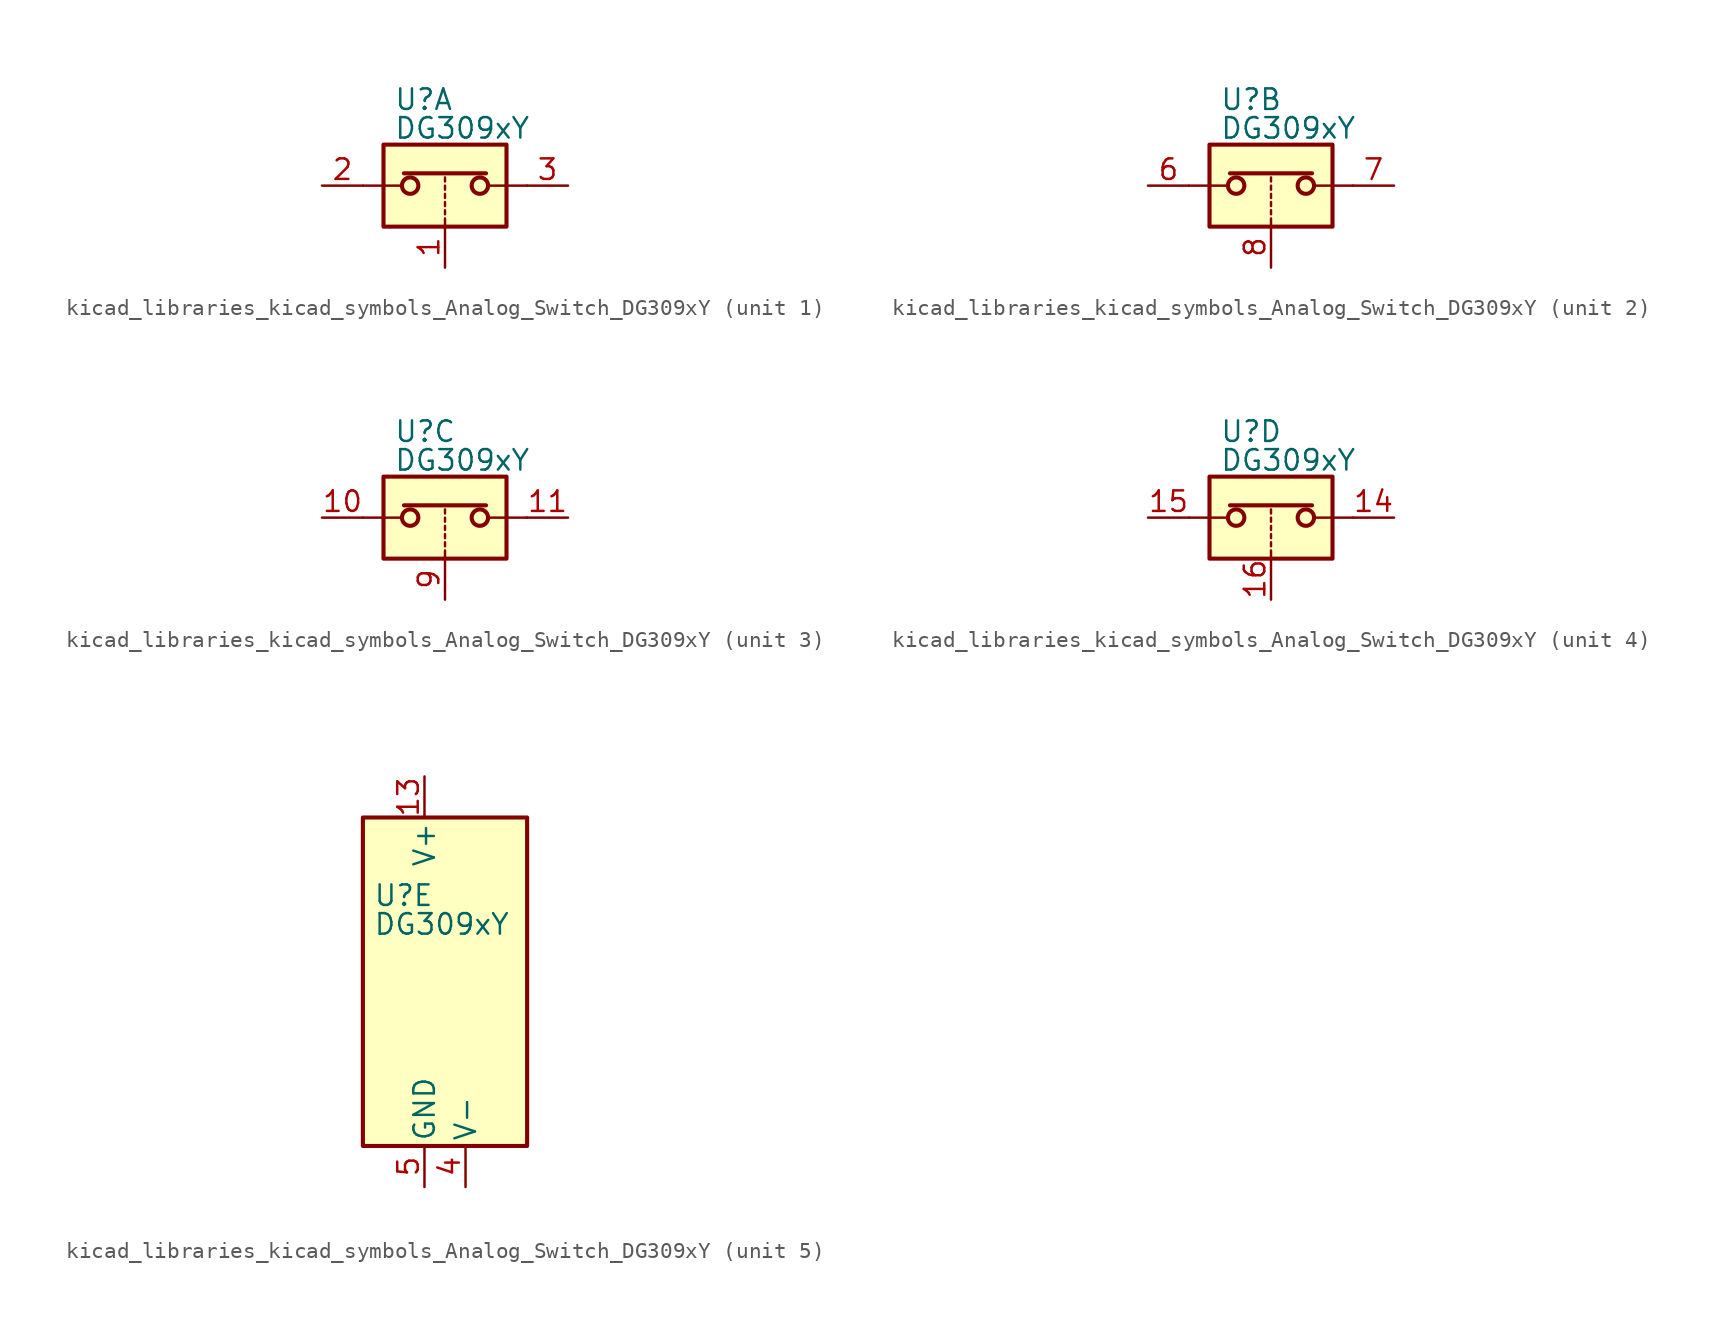
<source format=kicad_sym>
(kicad_symbol_lib
  (version 20220914)
  (generator kicad_symbol_editor)
  (symbol "kicad_libraries_kicad_symbols_Analog_Switch_DG309xY"
    (pin_names
      (offset 0.254))
    (property "Reference" "U"
      (at -3.175 5.334 0)
      (effects (font (size 1.27 1.27)) (justify left)))
    (property "Value" "DG309xY"
      (at -3.175 3.556 0)
      (effects (font (size 1.27 1.27)) (justify left)))
    (symbol "kicad_libraries_kicad_symbols_Analog_Switch_DG309xY_1_1"
      (rectangle (start -3.81 2.54) (end 3.81 -2.54) (stroke (width 0.254) (type default)) (fill (type background)))
      (circle (center -2.159 0) (radius 0.508) (stroke (width 0.254) (type default)) (fill (type none)))
      (polyline (pts (xy -5.08 0) (xy -2.794 0)) (stroke (width 0) (type default)) (fill (type none)))
      (polyline (pts (xy -2.54 0.762) (xy 2.54 0.762)) (stroke (width 0.254) (type default)) (fill (type none)))
      (polyline (pts (xy 0 -2.54) (xy 0 -2.032)) (stroke (width 0) (type default)) (fill (type none)))
      (polyline (pts (xy 0 -1.778) (xy 0 -1.524)) (stroke (width 0) (type default)) (fill (type none)))
      (polyline (pts (xy 0 -1.27) (xy 0 -1.016)) (stroke (width 0) (type default)) (fill (type none)))
      (polyline (pts (xy 0 -0.762) (xy 0 -0.508)) (stroke (width 0) (type default)) (fill (type none)))
      (polyline (pts (xy 0 -0.254) (xy 0 0)) (stroke (width 0) (type default)) (fill (type none)))
      (polyline (pts (xy 0 0.254) (xy 0 0.508)) (stroke (width 0) (type default)) (fill (type none)))
      (polyline (pts (xy 5.08 0) (xy 2.794 0)) (stroke (width 0) (type default)) (fill (type none)))
      (circle (center 2.159 0) (radius 0.508) (stroke (width 0.254) (type default)) (fill (type none)))
      (pin input line (at 0 -5.08 90) (length 2.54) (name "~" (effects (font (size 1.27 1.27)))) (number "1" (effects (font (size 1.27 1.27)))))
      (pin passive line (at -7.62 0 0) (length 2.54) (name "~" (effects (font (size 1.27 1.27)))) (number "2" (effects (font (size 1.27 1.27)))))
      (pin passive line (at 7.62 0 180) (length 2.54) (name "~" (effects (font (size 1.27 1.27)))) (number "3" (effects (font (size 1.27 1.27))))))
    (symbol "kicad_libraries_kicad_symbols_Analog_Switch_DG309xY_2_1"
      (rectangle (start -3.81 2.54) (end 3.81 -2.54) (stroke (width 0.254) (type default)) (fill (type background)))
      (circle (center -2.159 0) (radius 0.508) (stroke (width 0.254) (type default)) (fill (type none)))
      (polyline (pts (xy -5.08 0) (xy -2.794 0)) (stroke (width 0) (type default)) (fill (type none)))
      (polyline (pts (xy -2.54 0.762) (xy 2.54 0.762)) (stroke (width 0.254) (type default)) (fill (type none)))
      (polyline (pts (xy 0 -2.54) (xy 0 -2.032)) (stroke (width 0) (type default)) (fill (type none)))
      (polyline (pts (xy 0 -1.778) (xy 0 -1.524)) (stroke (width 0) (type default)) (fill (type none)))
      (polyline (pts (xy 0 -1.27) (xy 0 -1.016)) (stroke (width 0) (type default)) (fill (type none)))
      (polyline (pts (xy 0 -0.762) (xy 0 -0.508)) (stroke (width 0) (type default)) (fill (type none)))
      (polyline (pts (xy 0 -0.254) (xy 0 0)) (stroke (width 0) (type default)) (fill (type none)))
      (polyline (pts (xy 0 0.254) (xy 0 0.508)) (stroke (width 0) (type default)) (fill (type none)))
      (polyline (pts (xy 5.08 0) (xy 2.794 0)) (stroke (width 0) (type default)) (fill (type none)))
      (circle (center 2.159 0) (radius 0.508) (stroke (width 0.254) (type default)) (fill (type none)))
      (pin passive line (at -7.62 0 0) (length 2.54) (name "~" (effects (font (size 1.27 1.27)))) (number "6" (effects (font (size 1.27 1.27)))))
      (pin passive line (at 7.62 0 180) (length 2.54) (name "~" (effects (font (size 1.27 1.27)))) (number "7" (effects (font (size 1.27 1.27)))))
      (pin input line (at 0 -5.08 90) (length 2.54) (name "~" (effects (font (size 1.27 1.27)))) (number "8" (effects (font (size 1.27 1.27))))))
    (symbol "kicad_libraries_kicad_symbols_Analog_Switch_DG309xY_3_1"
      (rectangle (start -3.81 2.54) (end 3.81 -2.54) (stroke (width 0.254) (type default)) (fill (type background)))
      (circle (center -2.159 0) (radius 0.508) (stroke (width 0.254) (type default)) (fill (type none)))
      (polyline (pts (xy -5.08 0) (xy -2.794 0)) (stroke (width 0) (type default)) (fill (type none)))
      (polyline (pts (xy -2.54 0.762) (xy 2.54 0.762)) (stroke (width 0.254) (type default)) (fill (type none)))
      (polyline (pts (xy 0 -2.54) (xy 0 -2.032)) (stroke (width 0) (type default)) (fill (type none)))
      (polyline (pts (xy 0 -1.778) (xy 0 -1.524)) (stroke (width 0) (type default)) (fill (type none)))
      (polyline (pts (xy 0 -1.27) (xy 0 -1.016)) (stroke (width 0) (type default)) (fill (type none)))
      (polyline (pts (xy 0 -0.762) (xy 0 -0.508)) (stroke (width 0) (type default)) (fill (type none)))
      (polyline (pts (xy 0 -0.254) (xy 0 0)) (stroke (width 0) (type default)) (fill (type none)))
      (polyline (pts (xy 0 0.254) (xy 0 0.508)) (stroke (width 0) (type default)) (fill (type none)))
      (polyline (pts (xy 5.08 0) (xy 2.794 0)) (stroke (width 0) (type default)) (fill (type none)))
      (circle (center 2.159 0) (radius 0.508) (stroke (width 0.254) (type default)) (fill (type none)))
      (pin passive line (at -7.62 0 0) (length 2.54) (name "~" (effects (font (size 1.27 1.27)))) (number "10" (effects (font (size 1.27 1.27)))))
      (pin passive line (at 7.62 0 180) (length 2.54) (name "~" (effects (font (size 1.27 1.27)))) (number "11" (effects (font (size 1.27 1.27)))))
      (pin input line (at 0 -5.08 90) (length 2.54) (name "~" (effects (font (size 1.27 1.27)))) (number "9" (effects (font (size 1.27 1.27))))))
    (symbol "kicad_libraries_kicad_symbols_Analog_Switch_DG309xY_4_1"
      (rectangle (start -3.81 2.54) (end 3.81 -2.54) (stroke (width 0.254) (type default)) (fill (type background)))
      (circle (center -2.159 0) (radius 0.508) (stroke (width 0.254) (type default)) (fill (type none)))
      (polyline (pts (xy -5.08 0) (xy -2.794 0)) (stroke (width 0) (type default)) (fill (type none)))
      (polyline (pts (xy -2.54 0.762) (xy 2.54 0.762)) (stroke (width 0.254) (type default)) (fill (type none)))
      (polyline (pts (xy 0 -2.54) (xy 0 -2.032)) (stroke (width 0) (type default)) (fill (type none)))
      (polyline (pts (xy 0 -1.778) (xy 0 -1.524)) (stroke (width 0) (type default)) (fill (type none)))
      (polyline (pts (xy 0 -1.27) (xy 0 -1.016)) (stroke (width 0) (type default)) (fill (type none)))
      (polyline (pts (xy 0 -0.762) (xy 0 -0.508)) (stroke (width 0) (type default)) (fill (type none)))
      (polyline (pts (xy 0 -0.254) (xy 0 0)) (stroke (width 0) (type default)) (fill (type none)))
      (polyline (pts (xy 0 0.254) (xy 0 0.508)) (stroke (width 0) (type default)) (fill (type none)))
      (polyline (pts (xy 5.08 0) (xy 2.794 0)) (stroke (width 0) (type default)) (fill (type none)))
      (circle (center 2.159 0) (radius 0.508) (stroke (width 0.254) (type default)) (fill (type none)))
      (pin passive line (at 7.62 0 180) (length 2.54) (name "~" (effects (font (size 1.27 1.27)))) (number "14" (effects (font (size 1.27 1.27)))))
      (pin passive line (at -7.62 0 0) (length 2.54) (name "~" (effects (font (size 1.27 1.27)))) (number "15" (effects (font (size 1.27 1.27)))))
      (pin input line (at 0 -5.08 90) (length 2.54) (name "~" (effects (font (size 1.27 1.27)))) (number "16" (effects (font (size 1.27 1.27))))))
    (symbol "kicad_libraries_kicad_symbols_Analog_Switch_DG309xY_5_0"
      (pin no_connect line (at 2.54 10.16 270) (length 2.54) hide (name "NC" (effects (font (size 1.27 1.27)))) (number "12" (effects (font (size 1.27 1.27)))))
      (pin power_in line (at 0 12.7 270) (length 2.54) (name "V+" (effects (font (size 1.27 1.27)))) (number "13" (effects (font (size 1.27 1.27)))))
      (pin power_in line (at 2.54 -12.7 90) (length 2.54) (name "V-" (effects (font (size 1.27 1.27)))) (number "4" (effects (font (size 1.27 1.27)))))
      (pin power_in line (at 0 -12.7 90) (length 2.54) (name "GND" (effects (font (size 1.27 1.27)))) (number "5" (effects (font (size 1.27 1.27))))))
    (symbol "kicad_libraries_kicad_symbols_Analog_Switch_DG309xY_5_1"
      (rectangle (start -3.81 10.16) (end 6.35 -10.16) (stroke (width 0.254) (type default)) (fill (type background))))))
</source>
